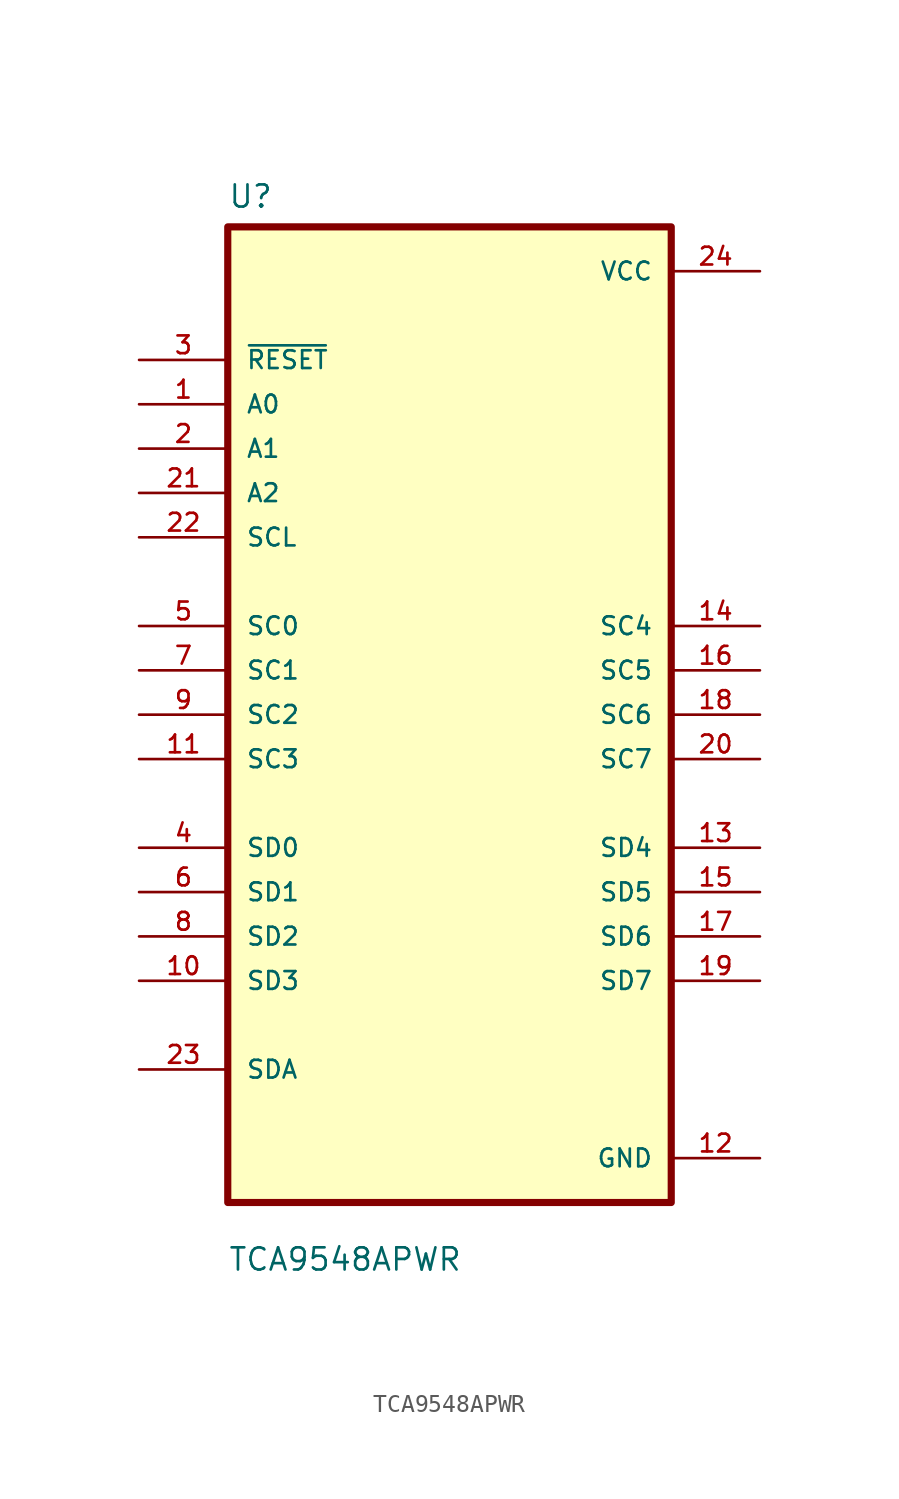
<source format=kicad_sym>
(kicad_symbol_lib
  (version 20211014)
  (generator kicad_symbol_editor)
  (symbol "TCA9548APWR"
    (pin_names
      (offset 1.016))
    (property "Reference" "U"
      (at -12.7 28.94 0.0)
      (effects (font (size 1.27 1.27)) (justify bottom left)))
    (property "Value" "TCA9548APWR"
      (at -12.7 -31.94 0.0)
      (effects (font (size 1.27 1.27)) (justify bottom left)))
    (symbol "TCA9548APWR_0_0"
      (rectangle (start -12.7 -27.94) (end 12.7 27.94) (stroke (width 0.41)) (fill (type background)))
      (pin input line (at -17.78 20.32 0) (length 5.08) (name "~{RESET}" (effects (font (size 1.016 1.016)))) (number "3" (effects (font (size 1.016 1.016)))))
      (pin input line (at -17.78 17.78 0) (length 5.08) (name "A0" (effects (font (size 1.016 1.016)))) (number "1" (effects (font (size 1.016 1.016)))))
      (pin input line (at -17.78 15.24 0) (length 5.08) (name "A1" (effects (font (size 1.016 1.016)))) (number "2" (effects (font (size 1.016 1.016)))))
      (pin input line (at -17.78 12.7 0) (length 5.08) (name "A2" (effects (font (size 1.016 1.016)))) (number "21" (effects (font (size 1.016 1.016)))))
      (pin input line (at -17.78 10.16 0) (length 5.08) (name "SCL" (effects (font (size 1.016 1.016)))) (number "22" (effects (font (size 1.016 1.016)))))
      (pin bidirectional line (at -17.78 5.08 0) (length 5.08) (name "SC0" (effects (font (size 1.016 1.016)))) (number "5" (effects (font (size 1.016 1.016)))))
      (pin bidirectional line (at -17.78 2.54 0) (length 5.08) (name "SC1" (effects (font (size 1.016 1.016)))) (number "7" (effects (font (size 1.016 1.016)))))
      (pin bidirectional line (at -17.78 3.55271e-15 0) (length 5.08) (name "SC2" (effects (font (size 1.016 1.016)))) (number "9" (effects (font (size 1.016 1.016)))))
      (pin bidirectional line (at -17.78 -2.54 0) (length 5.08) (name "SC3" (effects (font (size 1.016 1.016)))) (number "11" (effects (font (size 1.016 1.016)))))
      (pin bidirectional line (at -17.78 -7.62 0) (length 5.08) (name "SD0" (effects (font (size 1.016 1.016)))) (number "4" (effects (font (size 1.016 1.016)))))
      (pin bidirectional line (at -17.78 -10.16 0) (length 5.08) (name "SD1" (effects (font (size 1.016 1.016)))) (number "6" (effects (font (size 1.016 1.016)))))
      (pin bidirectional line (at -17.78 -12.7 0) (length 5.08) (name "SD2" (effects (font (size 1.016 1.016)))) (number "8" (effects (font (size 1.016 1.016)))))
      (pin bidirectional line (at -17.78 -15.24 0) (length 5.08) (name "SD3" (effects (font (size 1.016 1.016)))) (number "10" (effects (font (size 1.016 1.016)))))
      (pin bidirectional line (at -17.78 -20.32 0) (length 5.08) (name "SDA" (effects (font (size 1.016 1.016)))) (number "23" (effects (font (size 1.016 1.016)))))
      (pin power_in line (at 17.78 25.4 180.0) (length 5.08) (name "VCC" (effects (font (size 1.016 1.016)))) (number "24" (effects (font (size 1.016 1.016)))))
      (pin bidirectional line (at 17.78 5.08 180.0) (length 5.08) (name "SC4" (effects (font (size 1.016 1.016)))) (number "14" (effects (font (size 1.016 1.016)))))
      (pin bidirectional line (at 17.78 2.54 180.0) (length 5.08) (name "SC5" (effects (font (size 1.016 1.016)))) (number "16" (effects (font (size 1.016 1.016)))))
      (pin bidirectional line (at 17.78 0.0 180.0) (length 5.08) (name "SC6" (effects (font (size 1.016 1.016)))) (number "18" (effects (font (size 1.016 1.016)))))
      (pin bidirectional line (at 17.78 -2.54 180.0) (length 5.08) (name "SC7" (effects (font (size 1.016 1.016)))) (number "20" (effects (font (size 1.016 1.016)))))
      (pin bidirectional line (at 17.78 -7.62 180.0) (length 5.08) (name "SD4" (effects (font (size 1.016 1.016)))) (number "13" (effects (font (size 1.016 1.016)))))
      (pin bidirectional line (at 17.78 -10.16 180.0) (length 5.08) (name "SD5" (effects (font (size 1.016 1.016)))) (number "15" (effects (font (size 1.016 1.016)))))
      (pin bidirectional line (at 17.78 -12.7 180.0) (length 5.08) (name "SD6" (effects (font (size 1.016 1.016)))) (number "17" (effects (font (size 1.016 1.016)))))
      (pin bidirectional line (at 17.78 -15.24 180.0) (length 5.08) (name "SD7" (effects (font (size 1.016 1.016)))) (number "19" (effects (font (size 1.016 1.016)))))
      (pin power_in line (at 17.78 -25.4 180.0) (length 5.08) (name "GND" (effects (font (size 1.016 1.016)))) (number "12" (effects (font (size 1.016 1.016))))))))
</source>
